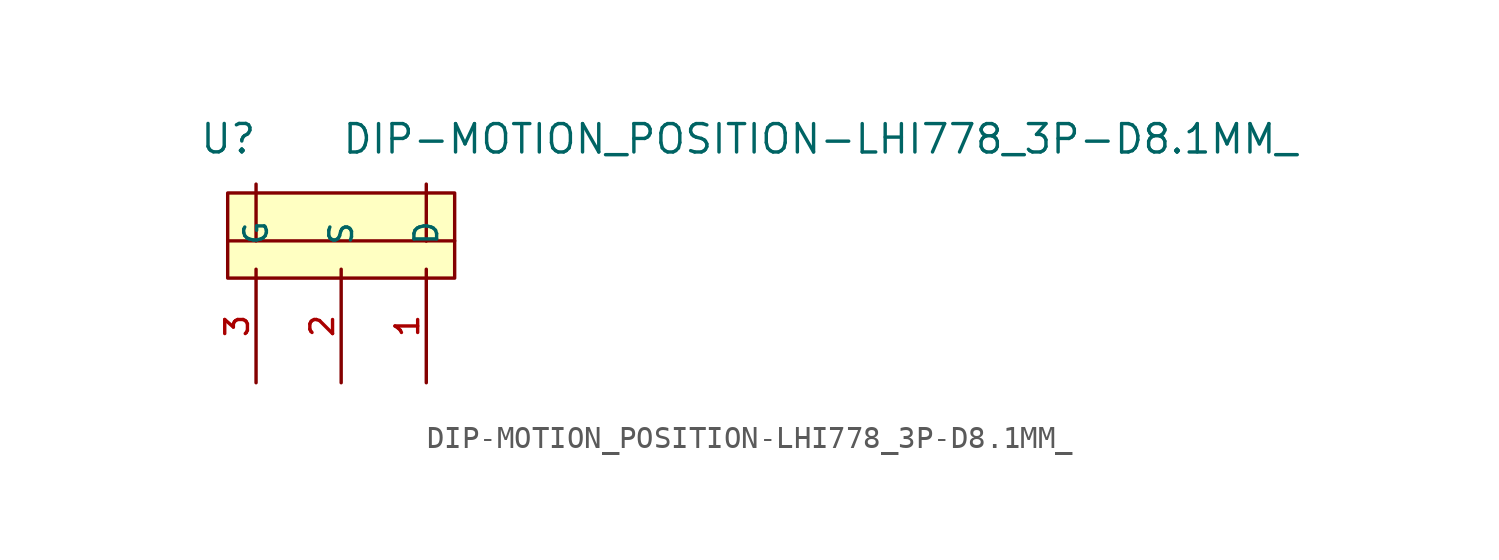
<source format=kicad_sym>
(kicad_symbol_lib
  (version 20211014)
  (generator kicad_symbol_editor)
  (symbol "DIP-MOTION_POSITION-LHI778_3P-D8.1MM_"
    (pin_names
      (offset 1.016))
    (property "Reference" "U"
      (at -6.363 6.363 0)
      (effects (font (size 1.27 1.27)) (justify bottom left)))
    (property "Value" "DIP-MOTION_POSITION-LHI778_3P-D8.1MM_"
      (at 0.0 6.356 0)
      (effects (font (size 1.27 1.27)) (justify bottom left)))
    (symbol "DIP-MOTION_POSITION-LHI778_3P-D8.1MM__0_0"
      (polyline (pts (xy 3.81 5.08) (xy 3.81 2.54)) (stroke (width 0.152)))
      (polyline (pts (xy -3.81 5.08) (xy -3.81 2.54)) (stroke (width 0.152)))
      (polyline (pts (xy -5.08 2.54) (xy 3.81 2.54)) (stroke (width 0.152)))
      (polyline (pts (xy 3.81 2.54) (xy 5.08 2.54)) (stroke (width 0.152)))
      (rectangle (start -5.08 0.873) (end 5.08 4.683) (stroke (width 0.152)) (fill (type background)))
      (pin bidirectional line (at 3.81 -3.81 90.0) (length 5.08) (name "D" (effects (font (size 1.016 1.016)))) (number "1" (effects (font (size 1.016 1.016)))))
      (pin bidirectional line (at -3.81 -3.81 90.0) (length 5.08) (name "G" (effects (font (size 1.016 1.016)))) (number "3" (effects (font (size 1.016 1.016)))))
      (pin bidirectional line (at 0.0 -3.81 90.0) (length 5.08) (name "S" (effects (font (size 1.016 1.016)))) (number "2" (effects (font (size 1.016 1.016))))))))
</source>
